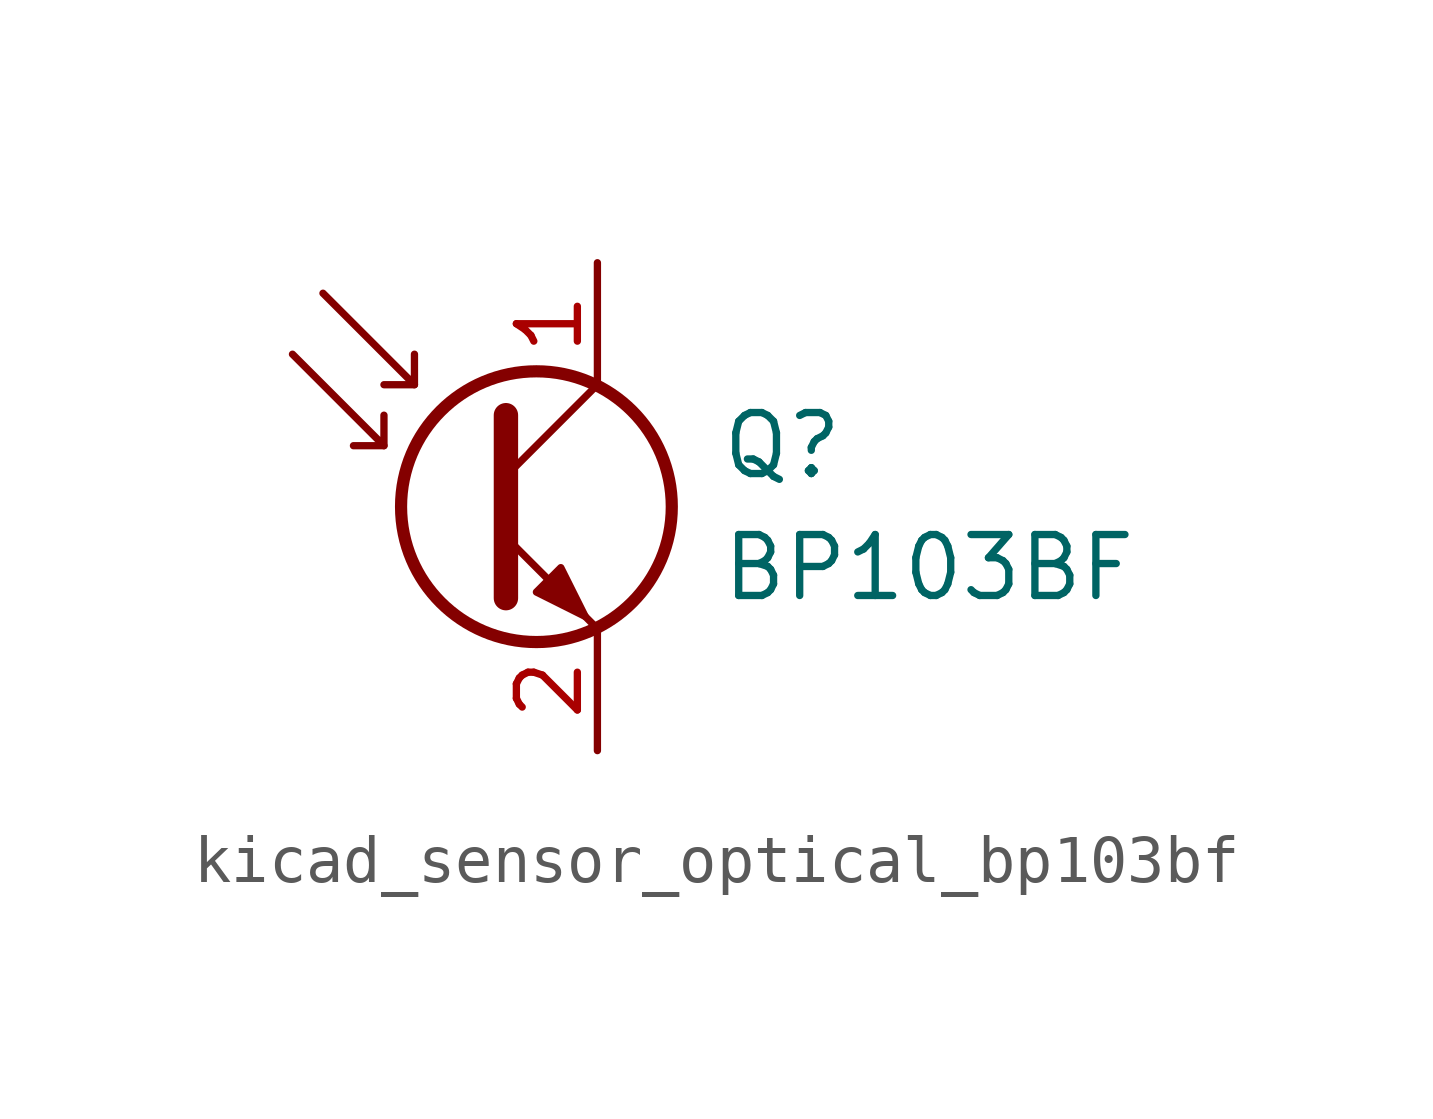
<source format=kicad_sym>
(kicad_symbol_lib
  (version 20220914)
  (generator kicad_symbol_editor)
  (symbol "kicad_sensor_optical_bp103bf"
    (pin_names
      (offset 0) hide)
    (property "Reference" "Q"
      (at 5.08 1.27 0)
      (effects (font (size 1.27 1.27)) (justify left)))
    (property "Value" "BP103BF"
      (at 5.08 -1.27 0)
      (effects (font (size 1.27 1.27)) (justify left)))
    (symbol "kicad_sensor_optical_bp103bf_0_1"
      (polyline (pts (xy -1.905 1.27) (xy -2.54 1.27)) (stroke (width 0) (type default)) (fill (type none)))
      (polyline (pts (xy -1.27 2.54) (xy -1.905 2.54)) (stroke (width 0) (type default)) (fill (type none)))
      (polyline (pts (xy 0.635 0.635) (xy 2.54 2.54)) (stroke (width 0) (type default)) (fill (type none)))
      (polyline (pts (xy -3.81 3.175) (xy -1.905 1.27) (xy -1.905 1.905)) (stroke (width 0) (type default)) (fill (type none)))
      (polyline (pts (xy -3.175 4.445) (xy -1.27 2.54) (xy -1.27 3.175)) (stroke (width 0) (type default)) (fill (type none)))
      (polyline (pts (xy 0.635 -0.635) (xy 2.54 -2.54) (xy 2.54 -2.54)) (stroke (width 0) (type default)) (fill (type none)))
      (polyline (pts (xy 0.635 1.905) (xy 0.635 -1.905) (xy 0.635 -1.905)) (stroke (width 0.508) (type default)) (fill (type none)))
      (polyline (pts (xy 1.27 -1.778) (xy 1.778 -1.27) (xy 2.286 -2.286) (xy 1.27 -1.778) (xy 1.27 -1.778)) (stroke (width 0) (type default)) (fill (type outline)))
      (circle (center 1.27 0) (radius 2.819) (stroke (width 0.254) (type default)) (fill (type none))))
    (symbol "kicad_sensor_optical_bp103bf_1_1"
      (pin passive line (at 2.54 5.08 270) (length 2.54) (name "C" (effects (font (size 1.27 1.27)))) (number "1" (effects (font (size 1.27 1.27)))))
      (pin passive line (at 2.54 -5.08 90) (length 2.54) (name "E" (effects (font (size 1.27 1.27)))) (number "2" (effects (font (size 1.27 1.27))))))))
</source>
